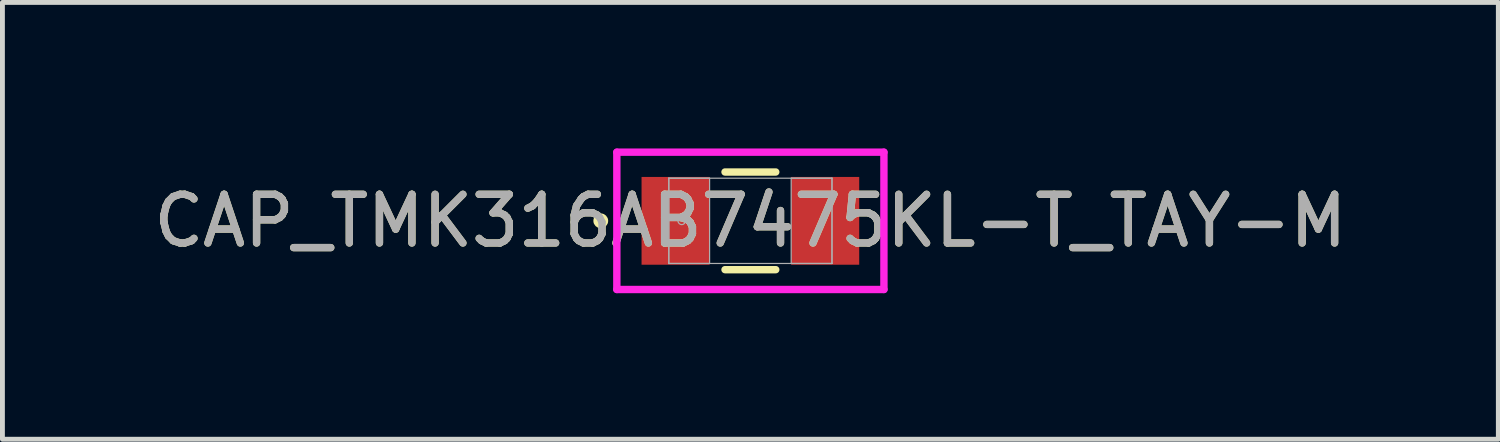
<source format=kicad_pcb>
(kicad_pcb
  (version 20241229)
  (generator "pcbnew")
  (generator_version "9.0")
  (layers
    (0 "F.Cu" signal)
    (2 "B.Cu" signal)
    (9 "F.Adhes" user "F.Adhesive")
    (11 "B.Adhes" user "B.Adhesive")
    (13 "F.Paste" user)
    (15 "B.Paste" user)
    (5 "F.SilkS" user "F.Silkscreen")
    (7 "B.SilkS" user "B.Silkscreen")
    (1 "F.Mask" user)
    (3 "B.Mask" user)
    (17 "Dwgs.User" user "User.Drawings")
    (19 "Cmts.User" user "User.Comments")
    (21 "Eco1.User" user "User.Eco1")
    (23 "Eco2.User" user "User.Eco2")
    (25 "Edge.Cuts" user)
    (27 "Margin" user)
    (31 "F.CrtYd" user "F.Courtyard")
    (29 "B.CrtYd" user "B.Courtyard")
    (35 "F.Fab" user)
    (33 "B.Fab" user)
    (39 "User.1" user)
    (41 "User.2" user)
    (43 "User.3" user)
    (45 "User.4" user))
  (footprint "CAP_TMK316AB7475KL-T_TAY-M"
    (layer "F.Cu")
    (at 12.363 1.486)
    (property "Reference" "CAP_TMK316AB7475KL-T_TAY-M" (at 0 0 0) (unlocked yes) (layer "F.SilkS") (effects (font (size 1 1) (thickness 0.15))))
    (attr smd)
    (fp_line (start -0.521 1.003) (end 0.521 1.003) (stroke (width 0.152) (type solid)) (layer "F.SilkS"))
    (fp_line (start 0.521 -1.003) (end -0.521 -1.003) (stroke (width 0.152) (type solid)) (layer "F.SilkS"))
    (fp_circle (center -3.073 0) (end -2.997 0) (stroke (width 0.152) (type solid)) (fill no) (layer "F.SilkS"))
    (fp_line (start -2.743 -1.41) (end 2.743 -1.41) (stroke (width 0.152) (type solid)) (layer "F.CrtYd"))
    (fp_line (start -2.743 1.41) (end -2.743 -1.41) (stroke (width 0.152) (type solid)) (layer "F.CrtYd"))
    (fp_line (start 2.743 -1.41) (end 2.743 1.41) (stroke (width 0.152) (type solid)) (layer "F.CrtYd"))
    (fp_line (start 2.743 1.41) (end -2.743 1.41) (stroke (width 0.152) (type solid)) (layer "F.CrtYd"))
    (fp_line (start -1.676 -0.876) (end -1.676 0.876) (stroke (width 0.025) (type solid)) (layer "F.Fab"))
    (fp_line (start -1.676 -0.876) (end -1.676 0.876) (stroke (width 0.025) (type solid)) (layer "F.Fab"))
    (fp_line (start -1.676 0.876) (end -0.838 0.876) (stroke (width 0.025) (type solid)) (layer "F.Fab"))
    (fp_line (start -1.676 0.876) (end 1.676 0.876) (stroke (width 0.025) (type solid)) (layer "F.Fab"))
    (fp_line (start -0.838 -0.876) (end -1.676 -0.876) (stroke (width 0.025) (type solid)) (layer "F.Fab"))
    (fp_line (start -0.838 0.876) (end -0.838 -0.876) (stroke (width 0.025) (type solid)) (layer "F.Fab"))
    (fp_line (start 0.838 -0.876) (end 0.838 0.876) (stroke (width 0.025) (type solid)) (layer "F.Fab"))
    (fp_line (start 0.838 0.876) (end 1.676 0.876) (stroke (width 0.025) (type solid)) (layer "F.Fab"))
    (fp_line (start 1.676 -0.876) (end -1.676 -0.876) (stroke (width 0.025) (type solid)) (layer "F.Fab"))
    (fp_line (start 1.676 -0.876) (end 0.838 -0.876) (stroke (width 0.025) (type solid)) (layer "F.Fab"))
    (fp_line (start 1.676 0.876) (end 1.676 -0.876) (stroke (width 0.025) (type solid)) (layer "F.Fab"))
    (fp_line (start 1.676 0.876) (end 1.676 -0.876) (stroke (width 0.025) (type solid)) (layer "F.Fab"))
    (fp_circle (center -1.41 0) (end -1.333 0) (stroke (width 0.025) (type solid)) (fill no) (layer "F.Fab"))
    (fp_text user "${REFERENCE}" (at 0 0 0) (unlocked yes) (layer "F.Fab") (effects (font (size 1 1) (thickness 0.15))))
    (pad "1" smd rect (at -1.537 0) (size 1.397 1.803) (layers "F.Cu" "F.Mask" "F.Paste"))
    (pad "2" smd rect (at 1.537 0) (size 1.397 1.803) (layers "F.Cu" "F.Mask" "F.Paste"))
    (zone (net_name "") (layer "F.Cu") (hatch full 0.508) (connect_pads) (min_thickness 0.254) (filled_areas_thickness no) (keepout (tracks not_allowed) (vias not_allowed) (pads allowed) (copperpour not_allowed) (footprints allowed)) (placement (enabled no)) (fill) (polygon (pts (xy 11.576 0.66) (xy 13.15 0.66) (xy 13.15 2.311) (xy 11.576 2.311)))))
  (gr_rect
    (start -3 -3)
    (end 27.726 5.972)
    (stroke (width 0.1) (type default))
    (fill no)
    (layer "Edge.Cuts")))
</source>
